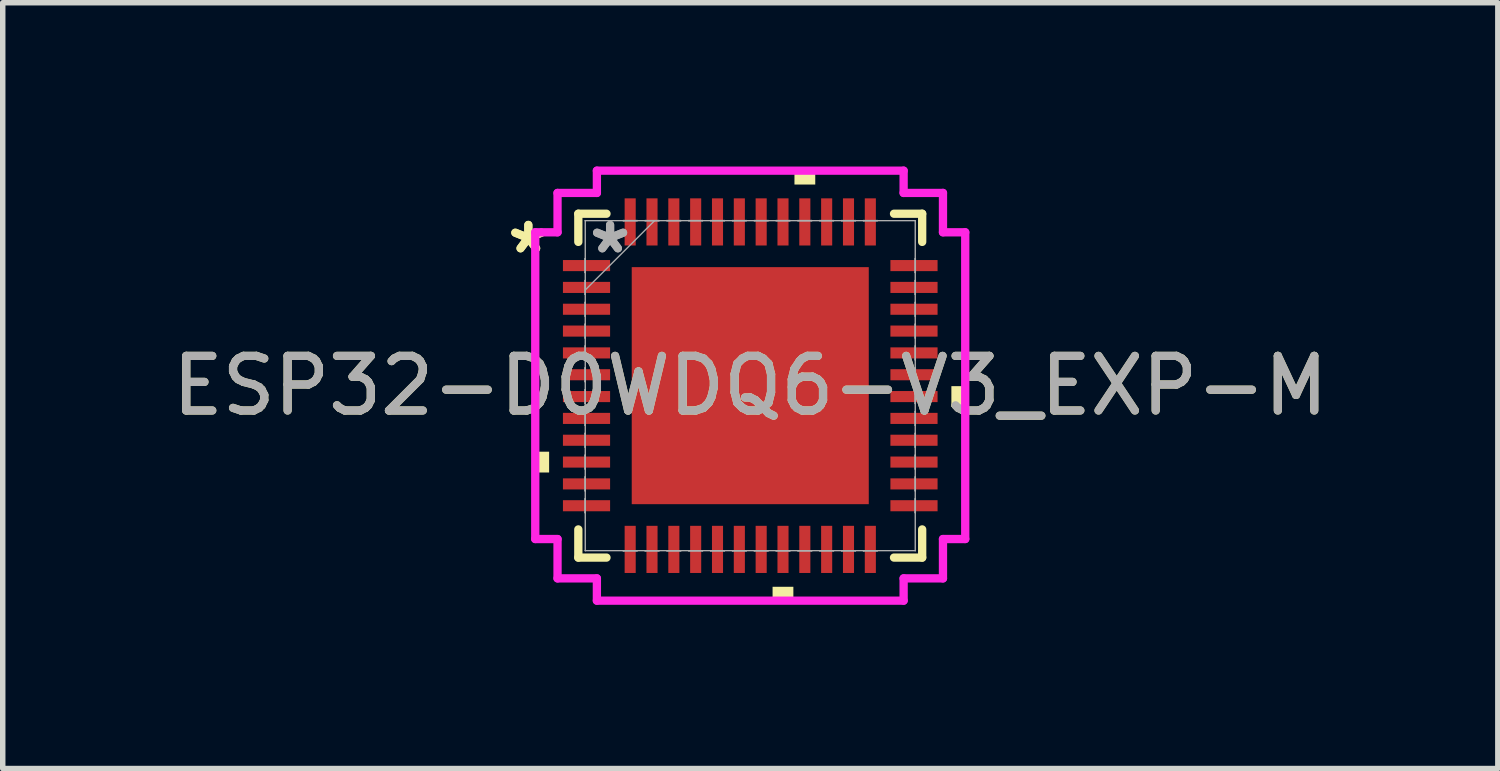
<source format=kicad_pcb>
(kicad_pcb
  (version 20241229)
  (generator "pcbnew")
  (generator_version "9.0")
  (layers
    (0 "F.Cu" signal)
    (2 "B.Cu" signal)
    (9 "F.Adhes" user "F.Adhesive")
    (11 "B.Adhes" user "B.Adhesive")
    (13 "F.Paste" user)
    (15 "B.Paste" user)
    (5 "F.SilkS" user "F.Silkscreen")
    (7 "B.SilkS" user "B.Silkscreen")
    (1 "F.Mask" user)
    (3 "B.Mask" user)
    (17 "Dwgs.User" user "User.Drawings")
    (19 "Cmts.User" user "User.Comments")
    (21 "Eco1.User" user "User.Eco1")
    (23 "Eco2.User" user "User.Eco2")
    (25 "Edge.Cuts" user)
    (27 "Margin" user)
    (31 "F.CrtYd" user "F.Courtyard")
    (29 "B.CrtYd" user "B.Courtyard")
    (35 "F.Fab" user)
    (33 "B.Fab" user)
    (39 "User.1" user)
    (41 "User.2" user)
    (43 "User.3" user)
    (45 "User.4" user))
  (footprint "ESP32-D0WDQ6-V3_EXP-M"
    (layer "F.Cu")
    (at 10.696 4.016)
    (property "Reference" "ESP32-D0WDQ6-V3_EXP-M" (at 0 0 0) (unlocked yes) (layer "F.SilkS") (effects (font (size 1 1) (thickness 0.15))))
    (attr smd)
    (fp_line (start -3.15 -3.15) (end -3.15 -2.634) (stroke (width 0.152) (type solid)) (layer "F.SilkS"))
    (fp_line (start -3.15 2.634) (end -3.15 3.15) (stroke (width 0.152) (type solid)) (layer "F.SilkS"))
    (fp_line (start -3.15 3.15) (end -2.634 3.15) (stroke (width 0.152) (type solid)) (layer "F.SilkS"))
    (fp_line (start -2.634 -3.15) (end -3.15 -3.15) (stroke (width 0.152) (type solid)) (layer "F.SilkS"))
    (fp_line (start 2.634 3.15) (end 3.15 3.15) (stroke (width 0.152) (type solid)) (layer "F.SilkS"))
    (fp_line (start 3.15 -3.15) (end 2.634 -3.15) (stroke (width 0.152) (type solid)) (layer "F.SilkS"))
    (fp_line (start 3.15 -2.634) (end 3.15 -3.15) (stroke (width 0.152) (type solid)) (layer "F.SilkS"))
    (fp_line (start 3.15 3.15) (end 3.15 2.634) (stroke (width 0.152) (type solid)) (layer "F.SilkS"))
    (fp_poly (pts (xy -3.939 1.21) (xy -3.939 1.591) (xy -3.685 1.591) (xy -3.685 1.21)) (stroke (width 0) (type solid)) (fill yes) (layer "F.SilkS"))
    (fp_poly (pts (xy 0.409 3.685) (xy 0.409 3.939) (xy 0.79 3.939) (xy 0.79 3.685)) (stroke (width 0) (type solid)) (fill yes) (layer "F.SilkS"))
    (fp_poly (pts (xy 0.81 -3.685) (xy 0.81 -3.939) (xy 1.191 -3.939) (xy 1.191 -3.685)) (stroke (width 0) (type solid)) (fill yes) (layer "F.SilkS"))
    (fp_poly (pts (xy 3.939 0.009) (xy 3.939 0.391) (xy 3.685 0.391) (xy 3.685 0.009)) (stroke (width 0) (type solid)) (fill yes) (layer "F.SilkS"))
    (fp_poly (pts (xy -2.072 -2.072) (xy -2.072 -0.824) (xy -0.824 -0.824) (xy -0.824 -2.072)) (stroke (width 0) (type solid)) (fill yes) (layer "F.Paste"))
    (fp_poly (pts (xy -2.072 -0.624) (xy -2.072 0.624) (xy -0.824 0.624) (xy -0.824 -0.624)) (stroke (width 0) (type solid)) (fill yes) (layer "F.Paste"))
    (fp_poly (pts (xy -2.072 0.824) (xy -2.072 2.072) (xy -0.824 2.072) (xy -0.824 0.824)) (stroke (width 0) (type solid)) (fill yes) (layer "F.Paste"))
    (fp_poly (pts (xy -0.624 -2.072) (xy -0.624 -0.824) (xy 0.624 -0.824) (xy 0.624 -2.072)) (stroke (width 0) (type solid)) (fill yes) (layer "F.Paste"))
    (fp_poly (pts (xy -0.624 -0.624) (xy -0.624 0.624) (xy 0.624 0.624) (xy 0.624 -0.624)) (stroke (width 0) (type solid)) (fill yes) (layer "F.Paste"))
    (fp_poly (pts (xy -0.624 0.824) (xy -0.624 2.072) (xy 0.624 2.072) (xy 0.624 0.824)) (stroke (width 0) (type solid)) (fill yes) (layer "F.Paste"))
    (fp_poly (pts (xy 0.824 -2.072) (xy 0.824 -0.824) (xy 2.072 -0.824) (xy 2.072 -2.072)) (stroke (width 0) (type solid)) (fill yes) (layer "F.Paste"))
    (fp_poly (pts (xy 0.824 -0.624) (xy 0.824 0.624) (xy 2.072 0.624) (xy 2.072 -0.624)) (stroke (width 0) (type solid)) (fill yes) (layer "F.Paste"))
    (fp_poly (pts (xy 0.824 0.824) (xy 0.824 2.072) (xy 2.072 2.072) (xy 2.072 0.824)) (stroke (width 0) (type solid)) (fill yes) (layer "F.Paste"))
    (fp_line (start -3.939 -2.81) (end -3.531 -2.81) (stroke (width 0.152) (type solid)) (layer "F.CrtYd"))
    (fp_line (start -3.939 2.81) (end -3.939 -2.81) (stroke (width 0.152) (type solid)) (layer "F.CrtYd"))
    (fp_line (start -3.531 -3.531) (end -2.81 -3.531) (stroke (width 0.152) (type solid)) (layer "F.CrtYd"))
    (fp_line (start -3.531 -2.81) (end -3.531 -3.531) (stroke (width 0.152) (type solid)) (layer "F.CrtYd"))
    (fp_line (start -3.531 2.81) (end -3.939 2.81) (stroke (width 0.152) (type solid)) (layer "F.CrtYd"))
    (fp_line (start -3.531 3.531) (end -3.531 2.81) (stroke (width 0.152) (type solid)) (layer "F.CrtYd"))
    (fp_line (start -2.81 -3.939) (end 2.81 -3.939) (stroke (width 0.152) (type solid)) (layer "F.CrtYd"))
    (fp_line (start -2.81 -3.531) (end -2.81 -3.939) (stroke (width 0.152) (type solid)) (layer "F.CrtYd"))
    (fp_line (start -2.81 3.531) (end -3.531 3.531) (stroke (width 0.152) (type solid)) (layer "F.CrtYd"))
    (fp_line (start -2.81 3.939) (end -2.81 3.531) (stroke (width 0.152) (type solid)) (layer "F.CrtYd"))
    (fp_line (start 2.81 -3.939) (end 2.81 -3.531) (stroke (width 0.152) (type solid)) (layer "F.CrtYd"))
    (fp_line (start 2.81 -3.531) (end 3.531 -3.531) (stroke (width 0.152) (type solid)) (layer "F.CrtYd"))
    (fp_line (start 2.81 3.531) (end 2.81 3.939) (stroke (width 0.152) (type solid)) (layer "F.CrtYd"))
    (fp_line (start 2.81 3.939) (end -2.81 3.939) (stroke (width 0.152) (type solid)) (layer "F.CrtYd"))
    (fp_line (start 3.531 -3.531) (end 3.531 -2.81) (stroke (width 0.152) (type solid)) (layer "F.CrtYd"))
    (fp_line (start 3.531 -2.81) (end 3.939 -2.81) (stroke (width 0.152) (type solid)) (layer "F.CrtYd"))
    (fp_line (start 3.531 2.81) (end 3.531 3.531) (stroke (width 0.152) (type solid)) (layer "F.CrtYd"))
    (fp_line (start 3.531 3.531) (end 2.81 3.531) (stroke (width 0.152) (type solid)) (layer "F.CrtYd"))
    (fp_line (start 3.939 -2.81) (end 3.939 2.81) (stroke (width 0.152) (type solid)) (layer "F.CrtYd"))
    (fp_line (start 3.939 2.81) (end 3.531 2.81) (stroke (width 0.152) (type solid)) (layer "F.CrtYd"))
    (fp_line (start -3.025 -2.327) (end -3.025 -2.073) (stroke (width 0.025) (type solid)) (layer "F.Fab"))
    (fp_line (start -3.025 -2.073) (end -3.023 -2.073) (stroke (width 0.025) (type solid)) (layer "F.Fab"))
    (fp_line (start -3.025 -1.927) (end -3.025 -1.673) (stroke (width 0.025) (type solid)) (layer "F.Fab"))
    (fp_line (start -3.025 -1.673) (end -3.023 -1.673) (stroke (width 0.025) (type solid)) (layer "F.Fab"))
    (fp_line (start -3.025 -1.527) (end -3.025 -1.273) (stroke (width 0.025) (type solid)) (layer "F.Fab"))
    (fp_line (start -3.025 -1.273) (end -3.023 -1.273) (stroke (width 0.025) (type solid)) (layer "F.Fab"))
    (fp_line (start -3.025 -1.127) (end -3.025 -0.873) (stroke (width 0.025) (type solid)) (layer "F.Fab"))
    (fp_line (start -3.025 -0.873) (end -3.023 -0.873) (stroke (width 0.025) (type solid)) (layer "F.Fab"))
    (fp_line (start -3.025 -0.727) (end -3.025 -0.473) (stroke (width 0.025) (type solid)) (layer "F.Fab"))
    (fp_line (start -3.025 -0.473) (end -3.023 -0.473) (stroke (width 0.025) (type solid)) (layer "F.Fab"))
    (fp_line (start -3.025 -0.327) (end -3.025 -0.073) (stroke (width 0.025) (type solid)) (layer "F.Fab"))
    (fp_line (start -3.025 -0.073) (end -3.023 -0.073) (stroke (width 0.025) (type solid)) (layer "F.Fab"))
    (fp_line (start -3.025 0.073) (end -3.025 0.327) (stroke (width 0.025) (type solid)) (layer "F.Fab"))
    (fp_line (start -3.025 0.327) (end -3.023 0.327) (stroke (width 0.025) (type solid)) (layer "F.Fab"))
    (fp_line (start -3.025 0.473) (end -3.025 0.727) (stroke (width 0.025) (type solid)) (layer "F.Fab"))
    (fp_line (start -3.025 0.727) (end -3.023 0.727) (stroke (width 0.025) (type solid)) (layer "F.Fab"))
    (fp_line (start -3.025 0.873) (end -3.025 1.127) (stroke (width 0.025) (type solid)) (layer "F.Fab"))
    (fp_line (start -3.025 1.127) (end -3.023 1.127) (stroke (width 0.025) (type solid)) (layer "F.Fab"))
    (fp_line (start -3.025 1.273) (end -3.025 1.527) (stroke (width 0.025) (type solid)) (layer "F.Fab"))
    (fp_line (start -3.025 1.527) (end -3.023 1.527) (stroke (width 0.025) (type solid)) (layer "F.Fab"))
    (fp_line (start -3.025 1.673) (end -3.025 1.927) (stroke (width 0.025) (type solid)) (layer "F.Fab"))
    (fp_line (start -3.025 1.927) (end -3.023 1.927) (stroke (width 0.025) (type solid)) (layer "F.Fab"))
    (fp_line (start -3.025 2.073) (end -3.025 2.327) (stroke (width 0.025) (type solid)) (layer "F.Fab"))
    (fp_line (start -3.025 2.327) (end -3.023 2.327) (stroke (width 0.025) (type solid)) (layer "F.Fab"))
    (fp_line (start -3.023 -3.023) (end -3.023 -3.023) (stroke (width 0.025) (type solid)) (layer "F.Fab"))
    (fp_line (start -3.023 -3.023) (end -3.023 3.023) (stroke (width 0.025) (type solid)) (layer "F.Fab"))
    (fp_line (start -3.023 -2.327) (end -3.025 -2.327) (stroke (width 0.025) (type solid)) (layer "F.Fab"))
    (fp_line (start -3.023 -2.073) (end -3.023 -2.327) (stroke (width 0.025) (type solid)) (layer "F.Fab"))
    (fp_line (start -3.023 -1.927) (end -3.025 -1.927) (stroke (width 0.025) (type solid)) (layer "F.Fab"))
    (fp_line (start -3.023 -1.753) (end -1.753 -3.023) (stroke (width 0.025) (type solid)) (layer "F.Fab"))
    (fp_line (start -3.023 -1.673) (end -3.023 -1.927) (stroke (width 0.025) (type solid)) (layer "F.Fab"))
    (fp_line (start -3.023 -1.527) (end -3.025 -1.527) (stroke (width 0.025) (type solid)) (layer "F.Fab"))
    (fp_line (start -3.023 -1.273) (end -3.023 -1.527) (stroke (width 0.025) (type solid)) (layer "F.Fab"))
    (fp_line (start -3.023 -1.127) (end -3.025 -1.127) (stroke (width 0.025) (type solid)) (layer "F.Fab"))
    (fp_line (start -3.023 -0.873) (end -3.023 -1.127) (stroke (width 0.025) (type solid)) (layer "F.Fab"))
    (fp_line (start -3.023 -0.727) (end -3.025 -0.727) (stroke (width 0.025) (type solid)) (layer "F.Fab"))
    (fp_line (start -3.023 -0.473) (end -3.023 -0.727) (stroke (width 0.025) (type solid)) (layer "F.Fab"))
    (fp_line (start -3.023 -0.327) (end -3.025 -0.327) (stroke (width 0.025) (type solid)) (layer "F.Fab"))
    (fp_line (start -3.023 -0.073) (end -3.023 -0.327) (stroke (width 0.025) (type solid)) (layer "F.Fab"))
    (fp_line (start -3.023 0.073) (end -3.025 0.073) (stroke (width 0.025) (type solid)) (layer "F.Fab"))
    (fp_line (start -3.023 0.327) (end -3.023 0.073) (stroke (width 0.025) (type solid)) (layer "F.Fab"))
    (fp_line (start -3.023 0.473) (end -3.025 0.473) (stroke (width 0.025) (type solid)) (layer "F.Fab"))
    (fp_line (start -3.023 0.727) (end -3.023 0.473) (stroke (width 0.025) (type solid)) (layer "F.Fab"))
    (fp_line (start -3.023 0.873) (end -3.025 0.873) (stroke (width 0.025) (type solid)) (layer "F.Fab"))
    (fp_line (start -3.023 1.127) (end -3.023 0.873) (stroke (width 0.025) (type solid)) (layer "F.Fab"))
    (fp_line (start -3.023 1.273) (end -3.025 1.273) (stroke (width 0.025) (type solid)) (layer "F.Fab"))
    (fp_line (start -3.023 1.527) (end -3.023 1.273) (stroke (width 0.025) (type solid)) (layer "F.Fab"))
    (fp_line (start -3.023 1.673) (end -3.025 1.673) (stroke (width 0.025) (type solid)) (layer "F.Fab"))
    (fp_line (start -3.023 1.927) (end -3.023 1.673) (stroke (width 0.025) (type solid)) (layer "F.Fab"))
    (fp_line (start -3.023 2.073) (end -3.025 2.073) (stroke (width 0.025) (type solid)) (layer "F.Fab"))
    (fp_line (start -3.023 2.327) (end -3.023 2.073) (stroke (width 0.025) (type solid)) (layer "F.Fab"))
    (fp_line (start -3.023 3.023) (end -3.023 3.023) (stroke (width 0.025) (type solid)) (layer "F.Fab"))
    (fp_line (start -3.023 3.023) (end 3.023 3.023) (stroke (width 0.025) (type solid)) (layer "F.Fab"))
    (fp_line (start -2.327 -3.025) (end -2.327 -3.023) (stroke (width 0.025) (type solid)) (layer "F.Fab"))
    (fp_line (start -2.327 -3.023) (end -2.073 -3.023) (stroke (width 0.025) (type solid)) (layer "F.Fab"))
    (fp_line (start -2.327 3.023) (end -2.327 3.025) (stroke (width 0.025) (type solid)) (layer "F.Fab"))
    (fp_line (start -2.327 3.025) (end -2.073 3.025) (stroke (width 0.025) (type solid)) (layer "F.Fab"))
    (fp_line (start -2.073 -3.025) (end -2.327 -3.025) (stroke (width 0.025) (type solid)) (layer "F.Fab"))
    (fp_line (start -2.073 -3.023) (end -2.073 -3.025) (stroke (width 0.025) (type solid)) (layer "F.Fab"))
    (fp_line (start -2.073 3.023) (end -2.327 3.023) (stroke (width 0.025) (type solid)) (layer "F.Fab"))
    (fp_line (start -2.073 3.025) (end -2.073 3.023) (stroke (width 0.025) (type solid)) (layer "F.Fab"))
    (fp_line (start -1.927 -3.025) (end -1.927 -3.023) (stroke (width 0.025) (type solid)) (layer "F.Fab"))
    (fp_line (start -1.927 -3.023) (end -1.673 -3.023) (stroke (width 0.025) (type solid)) (layer "F.Fab"))
    (fp_line (start -1.927 3.023) (end -1.927 3.025) (stroke (width 0.025) (type solid)) (layer "F.Fab"))
    (fp_line (start -1.927 3.025) (end -1.673 3.025) (stroke (width 0.025) (type solid)) (layer "F.Fab"))
    (fp_line (start -1.673 -3.025) (end -1.927 -3.025) (stroke (width 0.025) (type solid)) (layer "F.Fab"))
    (fp_line (start -1.673 -3.023) (end -1.673 -3.025) (stroke (width 0.025) (type solid)) (layer "F.Fab"))
    (fp_line (start -1.673 3.023) (end -1.927 3.023) (stroke (width 0.025) (type solid)) (layer "F.Fab"))
    (fp_line (start -1.673 3.025) (end -1.673 3.023) (stroke (width 0.025) (type solid)) (layer "F.Fab"))
    (fp_line (start -1.527 -3.025) (end -1.527 -3.023) (stroke (width 0.025) (type solid)) (layer "F.Fab"))
    (fp_line (start -1.527 -3.023) (end -1.273 -3.023) (stroke (width 0.025) (type solid)) (layer "F.Fab"))
    (fp_line (start -1.527 3.023) (end -1.527 3.025) (stroke (width 0.025) (type solid)) (layer "F.Fab"))
    (fp_line (start -1.527 3.025) (end -1.273 3.025) (stroke (width 0.025) (type solid)) (layer "F.Fab"))
    (fp_line (start -1.273 -3.025) (end -1.527 -3.025) (stroke (width 0.025) (type solid)) (layer "F.Fab"))
    (fp_line (start -1.273 -3.023) (end -1.273 -3.025) (stroke (width 0.025) (type solid)) (layer "F.Fab"))
    (fp_line (start -1.273 3.023) (end -1.527 3.023) (stroke (width 0.025) (type solid)) (layer "F.Fab"))
    (fp_line (start -1.273 3.025) (end -1.273 3.023) (stroke (width 0.025) (type solid)) (layer "F.Fab"))
    (fp_line (start -1.127 -3.025) (end -1.127 -3.023) (stroke (width 0.025) (type solid)) (layer "F.Fab"))
    (fp_line (start -1.127 -3.023) (end -0.873 -3.023) (stroke (width 0.025) (type solid)) (layer "F.Fab"))
    (fp_line (start -1.127 3.023) (end -1.127 3.025) (stroke (width 0.025) (type solid)) (layer "F.Fab"))
    (fp_line (start -1.127 3.025) (end -0.873 3.025) (stroke (width 0.025) (type solid)) (layer "F.Fab"))
    (fp_line (start -0.873 -3.025) (end -1.127 -3.025) (stroke (width 0.025) (type solid)) (layer "F.Fab"))
    (fp_line (start -0.873 -3.023) (end -0.873 -3.025) (stroke (width 0.025) (type solid)) (layer "F.Fab"))
    (fp_line (start -0.873 3.023) (end -1.127 3.023) (stroke (width 0.025) (type solid)) (layer "F.Fab"))
    (fp_line (start -0.873 3.025) (end -0.873 3.023) (stroke (width 0.025) (type solid)) (layer "F.Fab"))
    (fp_line (start -0.727 -3.025) (end -0.727 -3.023) (stroke (width 0.025) (type solid)) (layer "F.Fab"))
    (fp_line (start -0.727 -3.023) (end -0.473 -3.023) (stroke (width 0.025) (type solid)) (layer "F.Fab"))
    (fp_line (start -0.727 3.023) (end -0.727 3.025) (stroke (width 0.025) (type solid)) (layer "F.Fab"))
    (fp_line (start -0.727 3.025) (end -0.473 3.025) (stroke (width 0.025) (type solid)) (layer "F.Fab"))
    (fp_line (start -0.473 -3.025) (end -0.727 -3.025) (stroke (width 0.025) (type solid)) (layer "F.Fab"))
    (fp_line (start -0.473 -3.023) (end -0.473 -3.025) (stroke (width 0.025) (type solid)) (layer "F.Fab"))
    (fp_line (start -0.473 3.023) (end -0.727 3.023) (stroke (width 0.025) (type solid)) (layer "F.Fab"))
    (fp_line (start -0.473 3.025) (end -0.473 3.023) (stroke (width 0.025) (type solid)) (layer "F.Fab"))
    (fp_line (start -0.327 -3.025) (end -0.327 -3.023) (stroke (width 0.025) (type solid)) (layer "F.Fab"))
    (fp_line (start -0.327 -3.023) (end -0.073 -3.023) (stroke (width 0.025) (type solid)) (layer "F.Fab"))
    (fp_line (start -0.327 3.023) (end -0.327 3.025) (stroke (width 0.025) (type solid)) (layer "F.Fab"))
    (fp_line (start -0.327 3.025) (end -0.073 3.025) (stroke (width 0.025) (type solid)) (layer "F.Fab"))
    (fp_line (start -0.073 -3.025) (end -0.327 -3.025) (stroke (width 0.025) (type solid)) (layer "F.Fab"))
    (fp_line (start -0.073 -3.023) (end -0.073 -3.025) (stroke (width 0.025) (type solid)) (layer "F.Fab"))
    (fp_line (start -0.073 3.023) (end -0.327 3.023) (stroke (width 0.025) (type solid)) (layer "F.Fab"))
    (fp_line (start -0.073 3.025) (end -0.073 3.023) (stroke (width 0.025) (type solid)) (layer "F.Fab"))
    (fp_line (start 0.073 -3.025) (end 0.073 -3.023) (stroke (width 0.025) (type solid)) (layer "F.Fab"))
    (fp_line (start 0.073 -3.023) (end 0.327 -3.023) (stroke (width 0.025) (type solid)) (layer "F.Fab"))
    (fp_line (start 0.073 3.023) (end 0.073 3.025) (stroke (width 0.025) (type solid)) (layer "F.Fab"))
    (fp_line (start 0.073 3.025) (end 0.327 3.025) (stroke (width 0.025) (type solid)) (layer "F.Fab"))
    (fp_line (start 0.327 -3.025) (end 0.073 -3.025) (stroke (width 0.025) (type solid)) (layer "F.Fab"))
    (fp_line (start 0.327 -3.023) (end 0.327 -3.025) (stroke (width 0.025) (type solid)) (layer "F.Fab"))
    (fp_line (start 0.327 3.023) (end 0.073 3.023) (stroke (width 0.025) (type solid)) (layer "F.Fab"))
    (fp_line (start 0.327 3.025) (end 0.327 3.023) (stroke (width 0.025) (type solid)) (layer "F.Fab"))
    (fp_line (start 0.473 -3.025) (end 0.473 -3.023) (stroke (width 0.025) (type solid)) (layer "F.Fab"))
    (fp_line (start 0.473 -3.023) (end 0.727 -3.023) (stroke (width 0.025) (type solid)) (layer "F.Fab"))
    (fp_line (start 0.473 3.023) (end 0.473 3.025) (stroke (width 0.025) (type solid)) (layer "F.Fab"))
    (fp_line (start 0.473 3.025) (end 0.727 3.025) (stroke (width 0.025) (type solid)) (layer "F.Fab"))
    (fp_line (start 0.727 -3.025) (end 0.473 -3.025) (stroke (width 0.025) (type solid)) (layer "F.Fab"))
    (fp_line (start 0.727 -3.023) (end 0.727 -3.025) (stroke (width 0.025) (type solid)) (layer "F.Fab"))
    (fp_line (start 0.727 3.023) (end 0.473 3.023) (stroke (width 0.025) (type solid)) (layer "F.Fab"))
    (fp_line (start 0.727 3.025) (end 0.727 3.023) (stroke (width 0.025) (type solid)) (layer "F.Fab"))
    (fp_line (start 0.873 -3.025) (end 0.873 -3.023) (stroke (width 0.025) (type solid)) (layer "F.Fab"))
    (fp_line (start 0.873 -3.023) (end 1.127 -3.023) (stroke (width 0.025) (type solid)) (layer "F.Fab"))
    (fp_line (start 0.873 3.023) (end 0.873 3.025) (stroke (width 0.025) (type solid)) (layer "F.Fab"))
    (fp_line (start 0.873 3.025) (end 1.127 3.025) (stroke (width 0.025) (type solid)) (layer "F.Fab"))
    (fp_line (start 1.127 -3.025) (end 0.873 -3.025) (stroke (width 0.025) (type solid)) (layer "F.Fab"))
    (fp_line (start 1.127 -3.023) (end 1.127 -3.025) (stroke (width 0.025) (type solid)) (layer "F.Fab"))
    (fp_line (start 1.127 3.023) (end 0.873 3.023) (stroke (width 0.025) (type solid)) (layer "F.Fab"))
    (fp_line (start 1.127 3.025) (end 1.127 3.023) (stroke (width 0.025) (type solid)) (layer "F.Fab"))
    (fp_line (start 1.273 -3.025) (end 1.273 -3.023) (stroke (width 0.025) (type solid)) (layer "F.Fab"))
    (fp_line (start 1.273 -3.023) (end 1.527 -3.023) (stroke (width 0.025) (type solid)) (layer "F.Fab"))
    (fp_line (start 1.273 3.023) (end 1.273 3.025) (stroke (width 0.025) (type solid)) (layer "F.Fab"))
    (fp_line (start 1.273 3.025) (end 1.527 3.025) (stroke (width 0.025) (type solid)) (layer "F.Fab"))
    (fp_line (start 1.527 -3.025) (end 1.273 -3.025) (stroke (width 0.025) (type solid)) (layer "F.Fab"))
    (fp_line (start 1.527 -3.023) (end 1.527 -3.025) (stroke (width 0.025) (type solid)) (layer "F.Fab"))
    (fp_line (start 1.527 3.023) (end 1.273 3.023) (stroke (width 0.025) (type solid)) (layer "F.Fab"))
    (fp_line (start 1.527 3.025) (end 1.527 3.023) (stroke (width 0.025) (type solid)) (layer "F.Fab"))
    (fp_line (start 1.673 -3.025) (end 1.673 -3.023) (stroke (width 0.025) (type solid)) (layer "F.Fab"))
    (fp_line (start 1.673 -3.023) (end 1.927 -3.023) (stroke (width 0.025) (type solid)) (layer "F.Fab"))
    (fp_line (start 1.673 3.023) (end 1.673 3.025) (stroke (width 0.025) (type solid)) (layer "F.Fab"))
    (fp_line (start 1.673 3.025) (end 1.927 3.025) (stroke (width 0.025) (type solid)) (layer "F.Fab"))
    (fp_line (start 1.927 -3.025) (end 1.673 -3.025) (stroke (width 0.025) (type solid)) (layer "F.Fab"))
    (fp_line (start 1.927 -3.023) (end 1.927 -3.025) (stroke (width 0.025) (type solid)) (layer "F.Fab"))
    (fp_line (start 1.927 3.023) (end 1.673 3.023) (stroke (width 0.025) (type solid)) (layer "F.Fab"))
    (fp_line (start 1.927 3.025) (end 1.927 3.023) (stroke (width 0.025) (type solid)) (layer "F.Fab"))
    (fp_line (start 2.073 -3.025) (end 2.073 -3.023) (stroke (width 0.025) (type solid)) (layer "F.Fab"))
    (fp_line (start 2.073 -3.023) (end 2.327 -3.023) (stroke (width 0.025) (type solid)) (layer "F.Fab"))
    (fp_line (start 2.073 3.023) (end 2.073 3.025) (stroke (width 0.025) (type solid)) (layer "F.Fab"))
    (fp_line (start 2.073 3.025) (end 2.327 3.025) (stroke (width 0.025) (type solid)) (layer "F.Fab"))
    (fp_line (start 2.327 -3.025) (end 2.073 -3.025) (stroke (width 0.025) (type solid)) (layer "F.Fab"))
    (fp_line (start 2.327 -3.023) (end 2.327 -3.025) (stroke (width 0.025) (type solid)) (layer "F.Fab"))
    (fp_line (start 2.327 3.023) (end 2.073 3.023) (stroke (width 0.025) (type solid)) (layer "F.Fab"))
    (fp_line (start 2.327 3.025) (end 2.327 3.023) (stroke (width 0.025) (type solid)) (layer "F.Fab"))
    (fp_line (start 3.023 -3.023) (end -3.023 -3.023) (stroke (width 0.025) (type solid)) (layer "F.Fab"))
    (fp_line (start 3.023 -3.023) (end 3.023 -3.023) (stroke (width 0.025) (type solid)) (layer "F.Fab"))
    (fp_line (start 3.023 -2.327) (end 3.023 -2.073) (stroke (width 0.025) (type solid)) (layer "F.Fab"))
    (fp_line (start 3.023 -2.073) (end 3.025 -2.073) (stroke (width 0.025) (type solid)) (layer "F.Fab"))
    (fp_line (start 3.023 -1.927) (end 3.023 -1.673) (stroke (width 0.025) (type solid)) (layer "F.Fab"))
    (fp_line (start 3.023 -1.673) (end 3.025 -1.673) (stroke (width 0.025) (type solid)) (layer "F.Fab"))
    (fp_line (start 3.023 -1.527) (end 3.023 -1.273) (stroke (width 0.025) (type solid)) (layer "F.Fab"))
    (fp_line (start 3.023 -1.273) (end 3.025 -1.273) (stroke (width 0.025) (type solid)) (layer "F.Fab"))
    (fp_line (start 3.023 -1.127) (end 3.023 -0.873) (stroke (width 0.025) (type solid)) (layer "F.Fab"))
    (fp_line (start 3.023 -0.873) (end 3.025 -0.873) (stroke (width 0.025) (type solid)) (layer "F.Fab"))
    (fp_line (start 3.023 -0.727) (end 3.023 -0.473) (stroke (width 0.025) (type solid)) (layer "F.Fab"))
    (fp_line (start 3.023 -0.473) (end 3.025 -0.473) (stroke (width 0.025) (type solid)) (layer "F.Fab"))
    (fp_line (start 3.023 -0.327) (end 3.023 -0.073) (stroke (width 0.025) (type solid)) (layer "F.Fab"))
    (fp_line (start 3.023 -0.073) (end 3.025 -0.073) (stroke (width 0.025) (type solid)) (layer "F.Fab"))
    (fp_line (start 3.023 0.073) (end 3.023 0.327) (stroke (width 0.025) (type solid)) (layer "F.Fab"))
    (fp_line (start 3.023 0.327) (end 3.025 0.327) (stroke (width 0.025) (type solid)) (layer "F.Fab"))
    (fp_line (start 3.023 0.473) (end 3.023 0.727) (stroke (width 0.025) (type solid)) (layer "F.Fab"))
    (fp_line (start 3.023 0.727) (end 3.025 0.727) (stroke (width 0.025) (type solid)) (layer "F.Fab"))
    (fp_line (start 3.023 0.873) (end 3.023 1.127) (stroke (width 0.025) (type solid)) (layer "F.Fab"))
    (fp_line (start 3.023 1.127) (end 3.025 1.127) (stroke (width 0.025) (type solid)) (layer "F.Fab"))
    (fp_line (start 3.023 1.273) (end 3.023 1.527) (stroke (width 0.025) (type solid)) (layer "F.Fab"))
    (fp_line (start 3.023 1.527) (end 3.025 1.527) (stroke (width 0.025) (type solid)) (layer "F.Fab"))
    (fp_line (start 3.023 1.673) (end 3.023 1.927) (stroke (width 0.025) (type solid)) (layer "F.Fab"))
    (fp_line (start 3.023 1.927) (end 3.025 1.927) (stroke (width 0.025) (type solid)) (layer "F.Fab"))
    (fp_line (start 3.023 2.073) (end 3.023 2.327) (stroke (width 0.025) (type solid)) (layer "F.Fab"))
    (fp_line (start 3.023 2.327) (end 3.025 2.327) (stroke (width 0.025) (type solid)) (layer "F.Fab"))
    (fp_line (start 3.023 3.023) (end 3.023 -3.023) (stroke (width 0.025) (type solid)) (layer "F.Fab"))
    (fp_line (start 3.023 3.023) (end 3.023 3.023) (stroke (width 0.025) (type solid)) (layer "F.Fab"))
    (fp_line (start 3.025 -2.327) (end 3.023 -2.327) (stroke (width 0.025) (type solid)) (layer "F.Fab"))
    (fp_line (start 3.025 -2.073) (end 3.025 -2.327) (stroke (width 0.025) (type solid)) (layer "F.Fab"))
    (fp_line (start 3.025 -1.927) (end 3.023 -1.927) (stroke (width 0.025) (type solid)) (layer "F.Fab"))
    (fp_line (start 3.025 -1.673) (end 3.025 -1.927) (stroke (width 0.025) (type solid)) (layer "F.Fab"))
    (fp_line (start 3.025 -1.527) (end 3.023 -1.527) (stroke (width 0.025) (type solid)) (layer "F.Fab"))
    (fp_line (start 3.025 -1.273) (end 3.025 -1.527) (stroke (width 0.025) (type solid)) (layer "F.Fab"))
    (fp_line (start 3.025 -1.127) (end 3.023 -1.127) (stroke (width 0.025) (type solid)) (layer "F.Fab"))
    (fp_line (start 3.025 -0.873) (end 3.025 -1.127) (stroke (width 0.025) (type solid)) (layer "F.Fab"))
    (fp_line (start 3.025 -0.727) (end 3.023 -0.727) (stroke (width 0.025) (type solid)) (layer "F.Fab"))
    (fp_line (start 3.025 -0.473) (end 3.025 -0.727) (stroke (width 0.025) (type solid)) (layer "F.Fab"))
    (fp_line (start 3.025 -0.327) (end 3.023 -0.327) (stroke (width 0.025) (type solid)) (layer "F.Fab"))
    (fp_line (start 3.025 -0.073) (end 3.025 -0.327) (stroke (width 0.025) (type solid)) (layer "F.Fab"))
    (fp_line (start 3.025 0.073) (end 3.023 0.073) (stroke (width 0.025) (type solid)) (layer "F.Fab"))
    (fp_line (start 3.025 0.327) (end 3.025 0.073) (stroke (width 0.025) (type solid)) (layer "F.Fab"))
    (fp_line (start 3.025 0.473) (end 3.023 0.473) (stroke (width 0.025) (type solid)) (layer "F.Fab"))
    (fp_line (start 3.025 0.727) (end 3.025 0.473) (stroke (width 0.025) (type solid)) (layer "F.Fab"))
    (fp_line (start 3.025 0.873) (end 3.023 0.873) (stroke (width 0.025) (type solid)) (layer "F.Fab"))
    (fp_line (start 3.025 1.127) (end 3.025 0.873) (stroke (width 0.025) (type solid)) (layer "F.Fab"))
    (fp_line (start 3.025 1.273) (end 3.023 1.273) (stroke (width 0.025) (type solid)) (layer "F.Fab"))
    (fp_line (start 3.025 1.527) (end 3.025 1.273) (stroke (width 0.025) (type solid)) (layer "F.Fab"))
    (fp_line (start 3.025 1.673) (end 3.023 1.673) (stroke (width 0.025) (type solid)) (layer "F.Fab"))
    (fp_line (start 3.025 1.927) (end 3.025 1.673) (stroke (width 0.025) (type solid)) (layer "F.Fab"))
    (fp_line (start 3.025 2.073) (end 3.023 2.073) (stroke (width 0.025) (type solid)) (layer "F.Fab"))
    (fp_line (start 3.025 2.327) (end 3.025 2.073) (stroke (width 0.025) (type solid)) (layer "F.Fab"))
    (fp_text user "*" (at -4.066 -2.4 0) (layer "F.SilkS") (effects (font (size 1 1) (thickness 0.15))))
    (fp_text user "*" (at -4.066 -2.4 0) (unlocked yes) (layer "F.SilkS") (effects (font (size 1 1) (thickness 0.15))))
    (fp_text user "*" (at -2.568 -2.4 0) (layer "F.Fab") (effects (font (size 1 1) (thickness 0.15))))
    (fp_text user "${REFERENCE}" (at 0 0 0) (unlocked yes) (layer "F.Fab") (effects (font (size 1 1) (thickness 0.15))))
    (fp_text user "*" (at -2.568 -2.4 0) (unlocked yes) (layer "F.Fab") (effects (font (size 1 1) (thickness 0.15))))
    (pad "1" smd rect (at -3 -2.2 90) (size 0.203 0.864) (layers "F.Cu" "F.Mask" "F.Paste"))
    (pad "2" smd rect (at -3 -1.8 90) (size 0.203 0.864) (layers "F.Cu" "F.Mask" "F.Paste"))
    (pad "3" smd rect (at -3 -1.4 90) (size 0.203 0.864) (layers "F.Cu" "F.Mask" "F.Paste"))
    (pad "4" smd rect (at -3 -1 90) (size 0.203 0.864) (layers "F.Cu" "F.Mask" "F.Paste"))
    (pad "5" smd rect (at -3 -0.6 90) (size 0.203 0.864) (layers "F.Cu" "F.Mask" "F.Paste"))
    (pad "6" smd rect (at -3 -0.2 90) (size 0.203 0.864) (layers "F.Cu" "F.Mask" "F.Paste"))
    (pad "7" smd rect (at -3 0.2 90) (size 0.203 0.864) (layers "F.Cu" "F.Mask" "F.Paste"))
    (pad "8" smd rect (at -3 0.6 90) (size 0.203 0.864) (layers "F.Cu" "F.Mask" "F.Paste"))
    (pad "9" smd rect (at -3 1 90) (size 0.203 0.864) (layers "F.Cu" "F.Mask" "F.Paste"))
    (pad "10" smd rect (at -3 1.4 90) (size 0.203 0.864) (layers "F.Cu" "F.Mask" "F.Paste"))
    (pad "11" smd rect (at -3 1.8 90) (size 0.203 0.864) (layers "F.Cu" "F.Mask" "F.Paste"))
    (pad "12" smd rect (at -3 2.2 90) (size 0.203 0.864) (layers "F.Cu" "F.Mask" "F.Paste"))
    (pad "13" smd rect (at -2.2 3) (size 0.203 0.864) (layers "F.Cu" "F.Mask" "F.Paste"))
    (pad "14" smd rect (at -1.8 3) (size 0.203 0.864) (layers "F.Cu" "F.Mask" "F.Paste"))
    (pad "15" smd rect (at -1.4 3) (size 0.203 0.864) (layers "F.Cu" "F.Mask" "F.Paste"))
    (pad "16" smd rect (at -1 3) (size 0.203 0.864) (layers "F.Cu" "F.Mask" "F.Paste"))
    (pad "17" smd rect (at -0.6 3) (size 0.203 0.864) (layers "F.Cu" "F.Mask" "F.Paste"))
    (pad "18" smd rect (at -0.2 3) (size 0.203 0.864) (layers "F.Cu" "F.Mask" "F.Paste"))
    (pad "19" smd rect (at 0.2 3) (size 0.203 0.864) (layers "F.Cu" "F.Mask" "F.Paste"))
    (pad "20" smd rect (at 0.6 3) (size 0.203 0.864) (layers "F.Cu" "F.Mask" "F.Paste"))
    (pad "21" smd rect (at 1 3) (size 0.203 0.864) (layers "F.Cu" "F.Mask" "F.Paste"))
    (pad "22" smd rect (at 1.4 3) (size 0.203 0.864) (layers "F.Cu" "F.Mask" "F.Paste"))
    (pad "23" smd rect (at 1.8 3) (size 0.203 0.864) (layers "F.Cu" "F.Mask" "F.Paste"))
    (pad "24" smd rect (at 2.2 3) (size 0.203 0.864) (layers "F.Cu" "F.Mask" "F.Paste"))
    (pad "25" smd rect (at 3 2.2 90) (size 0.203 0.864) (layers "F.Cu" "F.Mask" "F.Paste"))
    (pad "26" smd rect (at 3 1.8 90) (size 0.203 0.864) (layers "F.Cu" "F.Mask" "F.Paste"))
    (pad "27" smd rect (at 3 1.4 90) (size 0.203 0.864) (layers "F.Cu" "F.Mask" "F.Paste"))
    (pad "28" smd rect (at 3 1 90) (size 0.203 0.864) (layers "F.Cu" "F.Mask" "F.Paste"))
    (pad "29" smd rect (at 3 0.6 90) (size 0.203 0.864) (layers "F.Cu" "F.Mask" "F.Paste"))
    (pad "30" smd rect (at 3 0.2 90) (size 0.203 0.864) (layers "F.Cu" "F.Mask" "F.Paste"))
    (pad "31" smd rect (at 3 -0.2 90) (size 0.203 0.864) (layers "F.Cu" "F.Mask" "F.Paste"))
    (pad "32" smd rect (at 3 -0.6 90) (size 0.203 0.864) (layers "F.Cu" "F.Mask" "F.Paste"))
    (pad "33" smd rect (at 3 -1 90) (size 0.203 0.864) (layers "F.Cu" "F.Mask" "F.Paste"))
    (pad "34" smd rect (at 3 -1.4 90) (size 0.203 0.864) (layers "F.Cu" "F.Mask" "F.Paste"))
    (pad "35" smd rect (at 3 -1.8 90) (size 0.203 0.864) (layers "F.Cu" "F.Mask" "F.Paste"))
    (pad "36" smd rect (at 3 -2.2 90) (size 0.203 0.864) (layers "F.Cu" "F.Mask" "F.Paste"))
    (pad "37" smd rect (at 2.2 -3) (size 0.203 0.864) (layers "F.Cu" "F.Mask" "F.Paste"))
    (pad "38" smd rect (at 1.8 -3) (size 0.203 0.864) (layers "F.Cu" "F.Mask" "F.Paste"))
    (pad "39" smd rect (at 1.4 -3) (size 0.203 0.864) (layers "F.Cu" "F.Mask" "F.Paste"))
    (pad "40" smd rect (at 1 -3) (size 0.203 0.864) (layers "F.Cu" "F.Mask" "F.Paste"))
    (pad "41" smd rect (at 0.6 -3) (size 0.203 0.864) (layers "F.Cu" "F.Mask" "F.Paste"))
    (pad "42" smd rect (at 0.2 -3) (size 0.203 0.864) (layers "F.Cu" "F.Mask" "F.Paste"))
    (pad "43" smd rect (at -0.2 -3) (size 0.203 0.864) (layers "F.Cu" "F.Mask" "F.Paste"))
    (pad "44" smd rect (at -0.6 -3) (size 0.203 0.864) (layers "F.Cu" "F.Mask" "F.Paste"))
    (pad "45" smd rect (at -1 -3) (size 0.203 0.864) (layers "F.Cu" "F.Mask" "F.Paste"))
    (pad "46" smd rect (at -1.4 -3) (size 0.203 0.864) (layers "F.Cu" "F.Mask" "F.Paste"))
    (pad "47" smd rect (at -1.8 -3) (size 0.203 0.864) (layers "F.Cu" "F.Mask" "F.Paste"))
    (pad "48" smd rect (at -2.2 -3) (size 0.203 0.864) (layers "F.Cu" "F.Mask" "F.Paste"))
    (pad "49" smd rect (at 0 0) (size 4.343 4.343) (layers "F.Cu" "F.Mask")))
  (gr_rect
    (start -3 -3)
    (end 24.393 11.031)
    (stroke (width 0.1) (type default))
    (fill no)
    (layer "Edge.Cuts")))
</source>
